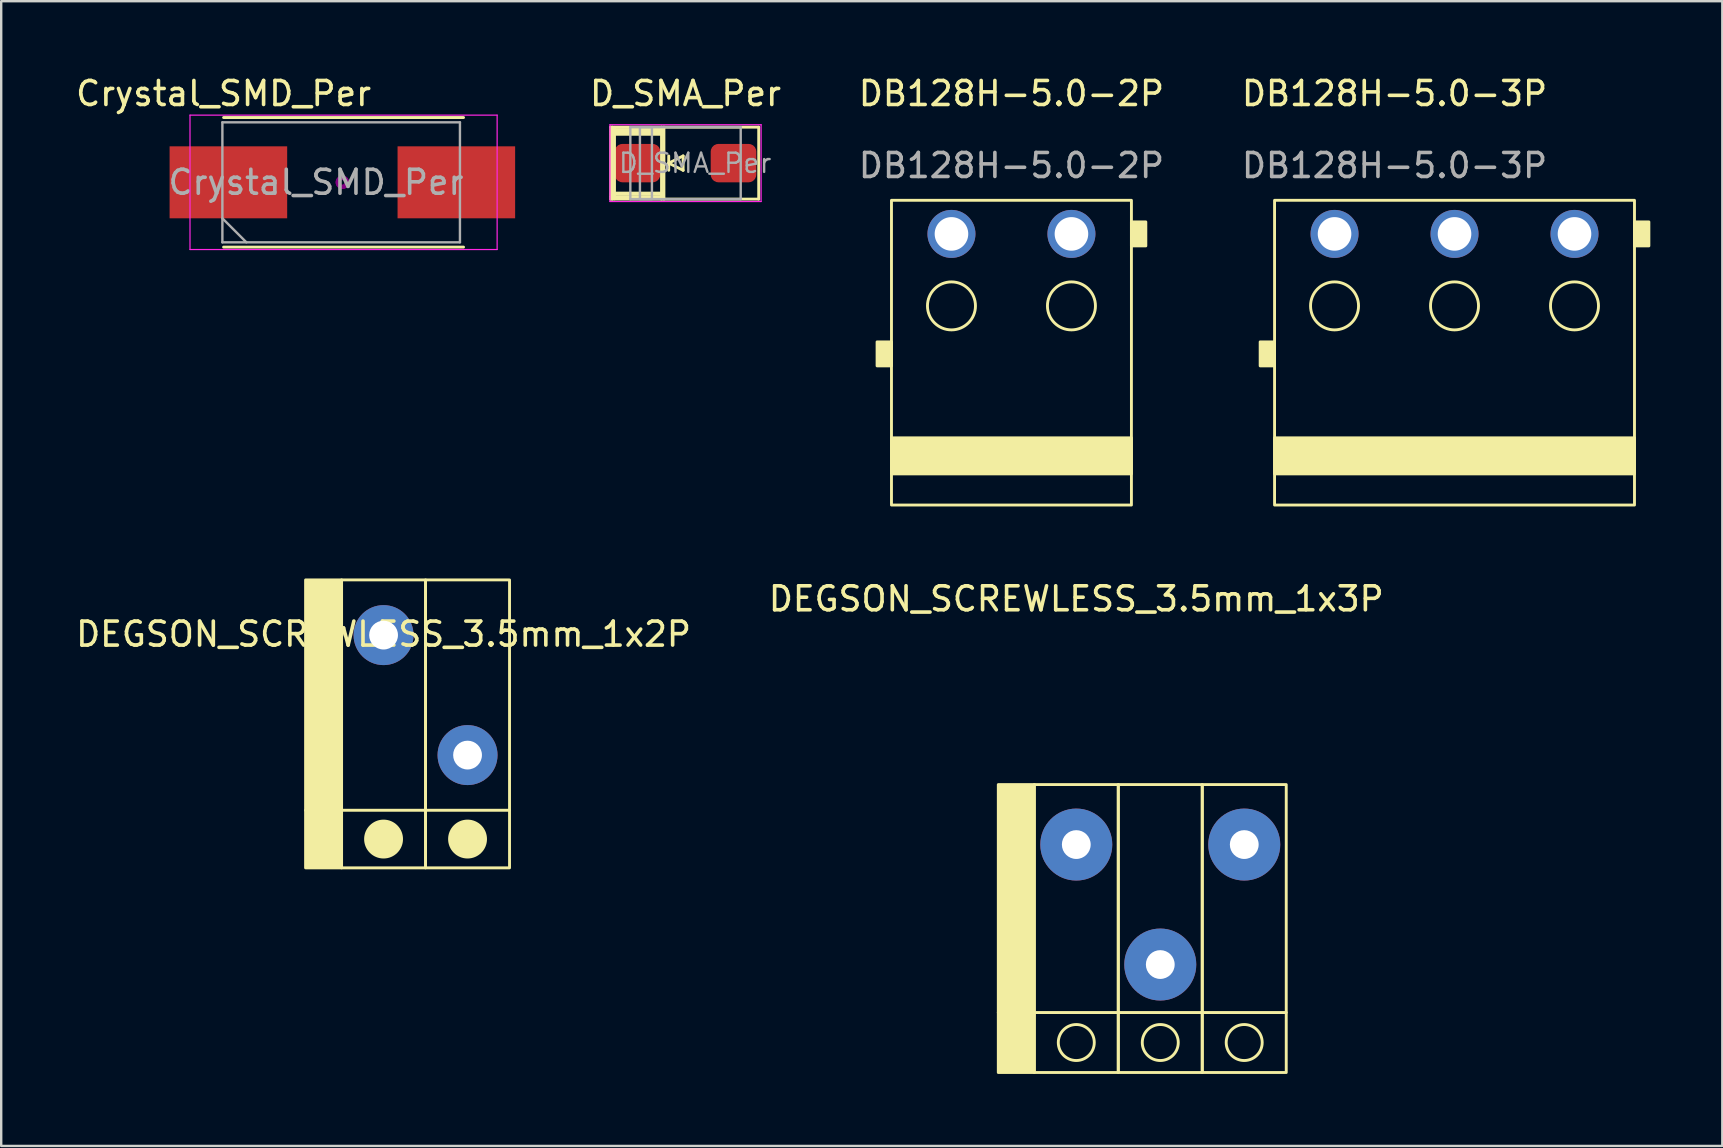
<source format=kicad_pcb>
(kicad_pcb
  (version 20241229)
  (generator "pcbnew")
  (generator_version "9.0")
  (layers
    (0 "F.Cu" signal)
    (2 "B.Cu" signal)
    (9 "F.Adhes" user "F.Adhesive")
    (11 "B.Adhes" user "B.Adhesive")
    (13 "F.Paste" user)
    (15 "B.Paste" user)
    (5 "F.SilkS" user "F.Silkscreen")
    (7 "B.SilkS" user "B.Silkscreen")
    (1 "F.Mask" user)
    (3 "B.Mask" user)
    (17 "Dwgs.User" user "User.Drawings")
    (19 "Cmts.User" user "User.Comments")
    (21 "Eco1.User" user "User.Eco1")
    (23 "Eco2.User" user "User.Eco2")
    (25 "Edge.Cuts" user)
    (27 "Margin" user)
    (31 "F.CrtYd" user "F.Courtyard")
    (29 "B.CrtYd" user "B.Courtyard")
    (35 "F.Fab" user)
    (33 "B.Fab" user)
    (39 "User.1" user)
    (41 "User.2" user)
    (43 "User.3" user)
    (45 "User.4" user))
  (footprint "DEGSON_SCREWLESS_3.5mm_1x3P"
    (layer "F.Cu")
    (at 41.804 37.147)
    (property "Reference" "DEGSON_SCREWLESS_3.5mm_1x3P" (at 0 -15.24 0) (unlocked yes) (layer "F.SilkS") (effects (font (size 1 1) (thickness 0.15))))
    (attr through_hole)
    (fp_line (start -3.25 2) (end 8.75 2) (stroke (width 0.12) (type solid)) (layer "F.SilkS"))
    (fp_rect (start -1.75 -7.5) (end -3.25 4.5) (stroke (width 0.12) (type solid)) (fill yes) (layer "F.SilkS"))
    (fp_rect (start -1.75 4.5) (end 1.75 -7.5) (stroke (width 0.12) (type solid)) (fill no) (layer "F.SilkS"))
    (fp_rect (start 5.25 -7.5) (end 1.75 4.5) (stroke (width 0.12) (type solid)) (fill no) (layer "F.SilkS"))
    (fp_rect (start 8.75 -7.5) (end 5.25 4.5) (stroke (width 0.12) (type solid)) (fill no) (layer "F.SilkS"))
    (fp_circle (center 0 3.25) (end 0.75 3.25) (stroke (width 0.12) (type solid)) (fill no) (layer "F.SilkS"))
    (fp_circle (center 3.5 3.25) (end 4.25 3.25) (stroke (width 0.12) (type solid)) (fill no) (layer "F.SilkS"))
    (fp_circle (center 6.998 3.25) (end 7.748 3.25) (stroke (width 0.12) (type solid)) (fill no) (layer "F.SilkS"))
    (pad "1" thru_hole circle (at 0 -5 90) (size 3 3) (drill oval 1.2) (layers "*.Cu" "*.Mask"))
    (pad "2" thru_hole circle (at 3.5 0 90) (size 3 3) (drill oval 1.2) (layers "*.Cu" "*.Mask"))
    (pad "3" thru_hole circle (at 7 -5 90) (size 3 3) (drill oval 1.2) (layers "*.Cu" "*.Mask")))
  (footprint "Crystal_SMD_Per"
    (layer "F.Cu")
    (at 10.868 4.548)
    (property "Reference" "Crystal_SMD_Per" (at -4.6 -3.7 0) (layer "F.SilkS") (effects (font (size 1 1) (thickness 0.15))))
    (attr smd)
    (fp_line (start -4.6 2.7) (end 5.4 2.7) (stroke (width 0.12) (type solid)) (layer "F.SilkS"))
    (fp_line (start 5.4 -2.7) (end -4.6 -2.7) (stroke (width 0.12) (type solid)) (layer "F.SilkS"))
    (fp_circle (center 0.35 0) (end 0.443 0) (stroke (width 0.187) (type solid)) (fill no) (layer "F.Adhes"))
    (fp_circle (center 0.35 0) (end 0.563 0) (stroke (width 0.133) (type solid)) (fill no) (layer "F.Adhes"))
    (fp_line (start -6 -2.8) (end -6 2.8) (stroke (width 0.05) (type solid)) (layer "F.CrtYd"))
    (fp_line (start -6 2.8) (end 6.8 2.8) (stroke (width 0.05) (type solid)) (layer "F.CrtYd"))
    (fp_line (start 6.8 -2.8) (end -6 -2.8) (stroke (width 0.05) (type solid)) (layer "F.CrtYd"))
    (fp_line (start 6.8 2.8) (end 6.8 -2.8) (stroke (width 0.05) (type solid)) (layer "F.CrtYd"))
    (fp_line (start -4.65 -2.5) (end 5.25 -2.5) (stroke (width 0.1) (type solid)) (layer "F.Fab"))
    (fp_line (start -4.65 1.5) (end -3.65 2.5) (stroke (width 0.1) (type solid)) (layer "F.Fab"))
    (fp_line (start -4.65 2.5) (end -4.65 -2.5) (stroke (width 0.1) (type solid)) (layer "F.Fab"))
    (fp_line (start 5.25 -2.5) (end 5.25 2.5) (stroke (width 0.1) (type solid)) (layer "F.Fab"))
    (fp_line (start 5.25 2.5) (end -4.65 2.5) (stroke (width 0.1) (type solid)) (layer "F.Fab"))
    (fp_text user "${REFERENCE}" (at -0.75 0 0) (layer "F.Fab") (effects (font (size 1 1) (thickness 0.15))))
    (pad "1" smd rect (at -4.4 0) (size 4.9 3) (layers "F.Cu" "F.Mask" "F.Paste"))
    (pad "2" smd rect (at 5.1 0) (size 4.9 3) (layers "F.Cu" "F.Mask" "F.Paste")))
  (footprint "DEGSON_SCREWLESS_3.5mm_1x2P"
    (layer "F.Cu")
    (at 12.935 23.418)
    (property "Reference" "DEGSON_SCREWLESS_3.5mm_1x2P" (at 0 -0.04 0) (unlocked yes) (layer "F.SilkS") (effects (font (size 1 1) (thickness 0.15))))
    (attr through_hole)
    (fp_line (start -3.25 7.3) (end 5.25 7.3) (stroke (width 0.12) (type solid)) (layer "F.SilkS"))
    (fp_rect (start -1.75 -2.3) (end -3.25 9.7) (stroke (width 0.12) (type solid)) (fill yes) (layer "F.SilkS"))
    (fp_rect (start -1.75 9.7) (end 1.75 -2.3) (stroke (width 0.12) (type solid)) (fill no) (layer "F.SilkS"))
    (fp_rect (start 5.25 -2.3) (end 1.75 9.7) (stroke (width 0.12) (type solid)) (fill no) (layer "F.SilkS"))
    (fp_circle (center 0 8.5) (end 0.75 8.5) (stroke (width 0.12) (type solid)) (fill yes) (layer "F.SilkS"))
    (fp_circle (center 3.5 8.5) (end 4.25 8.5) (stroke (width 0.12) (type solid)) (fill yes) (layer "F.SilkS"))
    (pad "1" thru_hole circle (at 0 0 90) (size 2.5 2.5) (drill oval 1.2) (layers "*.Cu" "*.Mask"))
    (pad "2" thru_hole circle (at 3.5 5 90) (size 2.5 2.5) (drill oval 1.2) (layers "*.Cu" "*.Mask")))
  (footprint "D_SMA_Per"
    (layer "F.Cu")
    (at 25.519 3.748)
    (property "Reference" "D_SMA_Per" (at 0 -2.9 0) (layer "F.SilkS") (effects (font (size 1 1) (thickness 0.15))))
    (attr smd)
    (fp_line (start -3.12 1.4) (end -0.95 1.4) (stroke (width 0.12) (type solid)) (layer "F.SilkS"))
    (fp_line (start -3.12 1.5) (end -3.12 -1.5) (stroke (width 0.12) (type solid)) (layer "F.SilkS"))
    (fp_line (start -3.12 1.5) (end 3.05 1.5) (stroke (width 0.12) (type solid)) (layer "F.SilkS"))
    (fp_line (start -3.1 -1.4) (end -0.93 -1.4) (stroke (width 0.12) (type solid)) (layer "F.SilkS"))
    (fp_line (start -3.1 -1.3) (end -0.93 -1.3) (stroke (width 0.12) (type solid)) (layer "F.SilkS"))
    (fp_line (start -3.1 -1.2) (end -0.93 -1.2) (stroke (width 0.12) (type solid)) (layer "F.SilkS"))
    (fp_line (start -3.1 1.25) (end -0.93 1.25) (stroke (width 0.12) (type solid)) (layer "F.SilkS"))
    (fp_line (start -3.1 1.3) (end -0.93 1.3) (stroke (width 0.12) (type solid)) (layer "F.SilkS"))
    (fp_line (start -3.05 -1.5) (end -3.05 1.5) (stroke (width 0.12) (type solid)) (layer "F.SilkS"))
    (fp_line (start -2.96 -1.49) (end -2.96 1.49) (stroke (width 0.12) (type solid)) (layer "F.SilkS"))
    (fp_line (start -1 -1.5) (end -1 1.5) (stroke (width 0.12) (type solid)) (layer "F.SilkS"))
    (fp_line (start -0.9 -1.5) (end -0.9 1.5) (stroke (width 0.12) (type solid)) (layer "F.SilkS"))
    (fp_line (start -0.7 0.3) (end -0.7 -0.3) (stroke (width 0.12) (type solid)) (layer "F.SilkS"))
    (fp_line (start -0.1 -0.3) (end -0.7 0) (stroke (width 0.12) (type solid)) (layer "F.SilkS"))
    (fp_line (start -0.1 0.3) (end -0.7 0) (stroke (width 0.12) (type solid)) (layer "F.SilkS"))
    (fp_line (start -0.1 0.3) (end -0.1 -0.3) (stroke (width 0.12) (type solid)) (layer "F.SilkS"))
    (fp_line (start 3.05 -1.5) (end -3.12 -1.5) (stroke (width 0.12) (type solid)) (layer "F.SilkS"))
    (fp_line (start 3.05 1.5) (end 3.05 -1.5) (stroke (width 0.12) (type solid)) (layer "F.SilkS"))
    (fp_line (start -3.15 -1.6) (end 3.15 -1.6) (stroke (width 0.05) (type solid)) (layer "F.CrtYd"))
    (fp_line (start -3.15 1.6) (end -3.15 -1.6) (stroke (width 0.05) (type solid)) (layer "F.CrtYd"))
    (fp_line (start 3.15 -1.6) (end 3.15 1.6) (stroke (width 0.05) (type solid)) (layer "F.CrtYd"))
    (fp_line (start 3.15 1.6) (end -3.15 1.6) (stroke (width 0.05) (type solid)) (layer "F.CrtYd"))
    (fp_line (start -2.3 1.5) (end -2.3 -1.5) (stroke (width 0.1) (type solid)) (layer "F.Fab"))
    (fp_line (start 2.3 -1.5) (end -2.3 -1.5) (stroke (width 0.1) (type solid)) (layer "F.Fab"))
    (fp_line (start 2.3 -1.5) (end 2.3 1.5) (stroke (width 0.1) (type solid)) (layer "F.Fab"))
    (fp_line (start 2.3 1.5) (end -2.3 1.5) (stroke (width 0.1) (type solid)) (layer "F.Fab"))
    (fp_rect (start -1.9 -1.5) (end -1.4 1.5) (stroke (width 0.1) (type solid)) (fill no) (layer "F.Fab"))
    (fp_text user "${REFERENCE}" (at 0.4 0 0) (layer "F.Fab") (effects (font (size 0.8 0.8) (thickness 0.1))))
    (pad "1" smd roundrect (at -2 0) (size 1.9 1.6) (layers "F.Cu" "F.Mask" "F.Paste") (roundrect_rratio 0.2))
    (pad "2" smd roundrect (at 2 0) (size 1.9 1.6) (layers "F.Cu" "F.Mask" "F.Paste") (roundrect_rratio 0.2)))
  (footprint "DB128H-5.0-3P"
    (layer "F.Cu")
    (at 57.567 6.698)
    (property "Reference" "DB128H-5.0-3P" (at -2.5 -5.85 0) (unlocked yes) (layer "F.SilkS") (effects (font (size 1 1) (thickness 0.15))))
    (attr through_hole)
    (fp_rect (start -8.1 4.5) (end -7.5 5.5) (stroke (width 0.12) (type solid)) (fill yes) (layer "F.SilkS"))
    (fp_rect (start -7.5 -1.4) (end 7.5 11.3) (stroke (width 0.12) (type default)) (fill no) (layer "F.SilkS"))
    (fp_rect (start -7.5 8.5) (end 7.5 10) (stroke (width 0.12) (type solid)) (fill yes) (layer "F.SilkS"))
    (fp_rect (start 7.5 -0.5) (end 8.1 0.5) (stroke (width 0.12) (type solid)) (fill yes) (layer "F.SilkS"))
    (fp_circle (center -5 3) (end -4 3) (stroke (width 0.12) (type default)) (fill no) (layer "F.SilkS"))
    (fp_circle (center 0 3) (end 1 3) (stroke (width 0.12) (type default)) (fill no) (layer "F.SilkS"))
    (fp_circle (center 5 3) (end 6 3) (stroke (width 0.12) (type default)) (fill no) (layer "F.SilkS"))
    (fp_text user "${REFERENCE}" (at -2.5 -2.85 0) (unlocked yes) (layer "F.Fab") (effects (font (size 1 1) (thickness 0.15))))
    (pad "1" thru_hole circle (at -5 0) (size 2 2) (drill 1.4) (layers "*.Cu" "*.Mask"))
    (pad "2" thru_hole circle (at 0 0) (size 2 2) (drill 1.4) (layers "*.Cu" "*.Mask"))
    (pad "3" thru_hole circle (at 5 0) (size 2 2) (drill 1.4) (layers "*.Cu" "*.Mask")))
  (footprint "DB128H-5.0-2P"
    (layer "F.Cu")
    (at 39.102 6.698)
    (property "Reference" "DB128H-5.0-2P" (at 0 -5.85 0) (unlocked yes) (layer "F.SilkS") (effects (font (size 1 1) (thickness 0.15))))
    (attr through_hole)
    (fp_rect (start -5.6 4.5) (end -5 5.5) (stroke (width 0.12) (type solid)) (fill yes) (layer "F.SilkS"))
    (fp_rect (start -5 -1.4) (end 5 11.3) (stroke (width 0.12) (type default)) (fill no) (layer "F.SilkS"))
    (fp_rect (start -5 8.5) (end 5 10) (stroke (width 0.12) (type solid)) (fill yes) (layer "F.SilkS"))
    (fp_rect (start 5 -0.5) (end 5.6 0.5) (stroke (width 0.12) (type solid)) (fill yes) (layer "F.SilkS"))
    (fp_circle (center -2.5 3) (end -1.5 3) (stroke (width 0.12) (type default)) (fill no) (layer "F.SilkS"))
    (fp_circle (center 2.5 3) (end 3.5 3) (stroke (width 0.12) (type default)) (fill no) (layer "F.SilkS"))
    (fp_text user "${REFERENCE}" (at 0 -2.85 0) (unlocked yes) (layer "F.Fab") (effects (font (size 1 1) (thickness 0.15))))
    (pad "1" thru_hole circle (at -2.5 0) (size 2 2) (drill 1.4) (layers "*.Cu" "*.Mask"))
    (pad "2" thru_hole circle (at 2.5 0) (size 2 2) (drill 1.4) (layers "*.Cu" "*.Mask")))
  (gr_rect
    (start -3 -3)
    (end 68.727 44.706)
    (stroke (width 0.1) (type default))
    (fill no)
    (layer "Edge.Cuts")))
</source>
